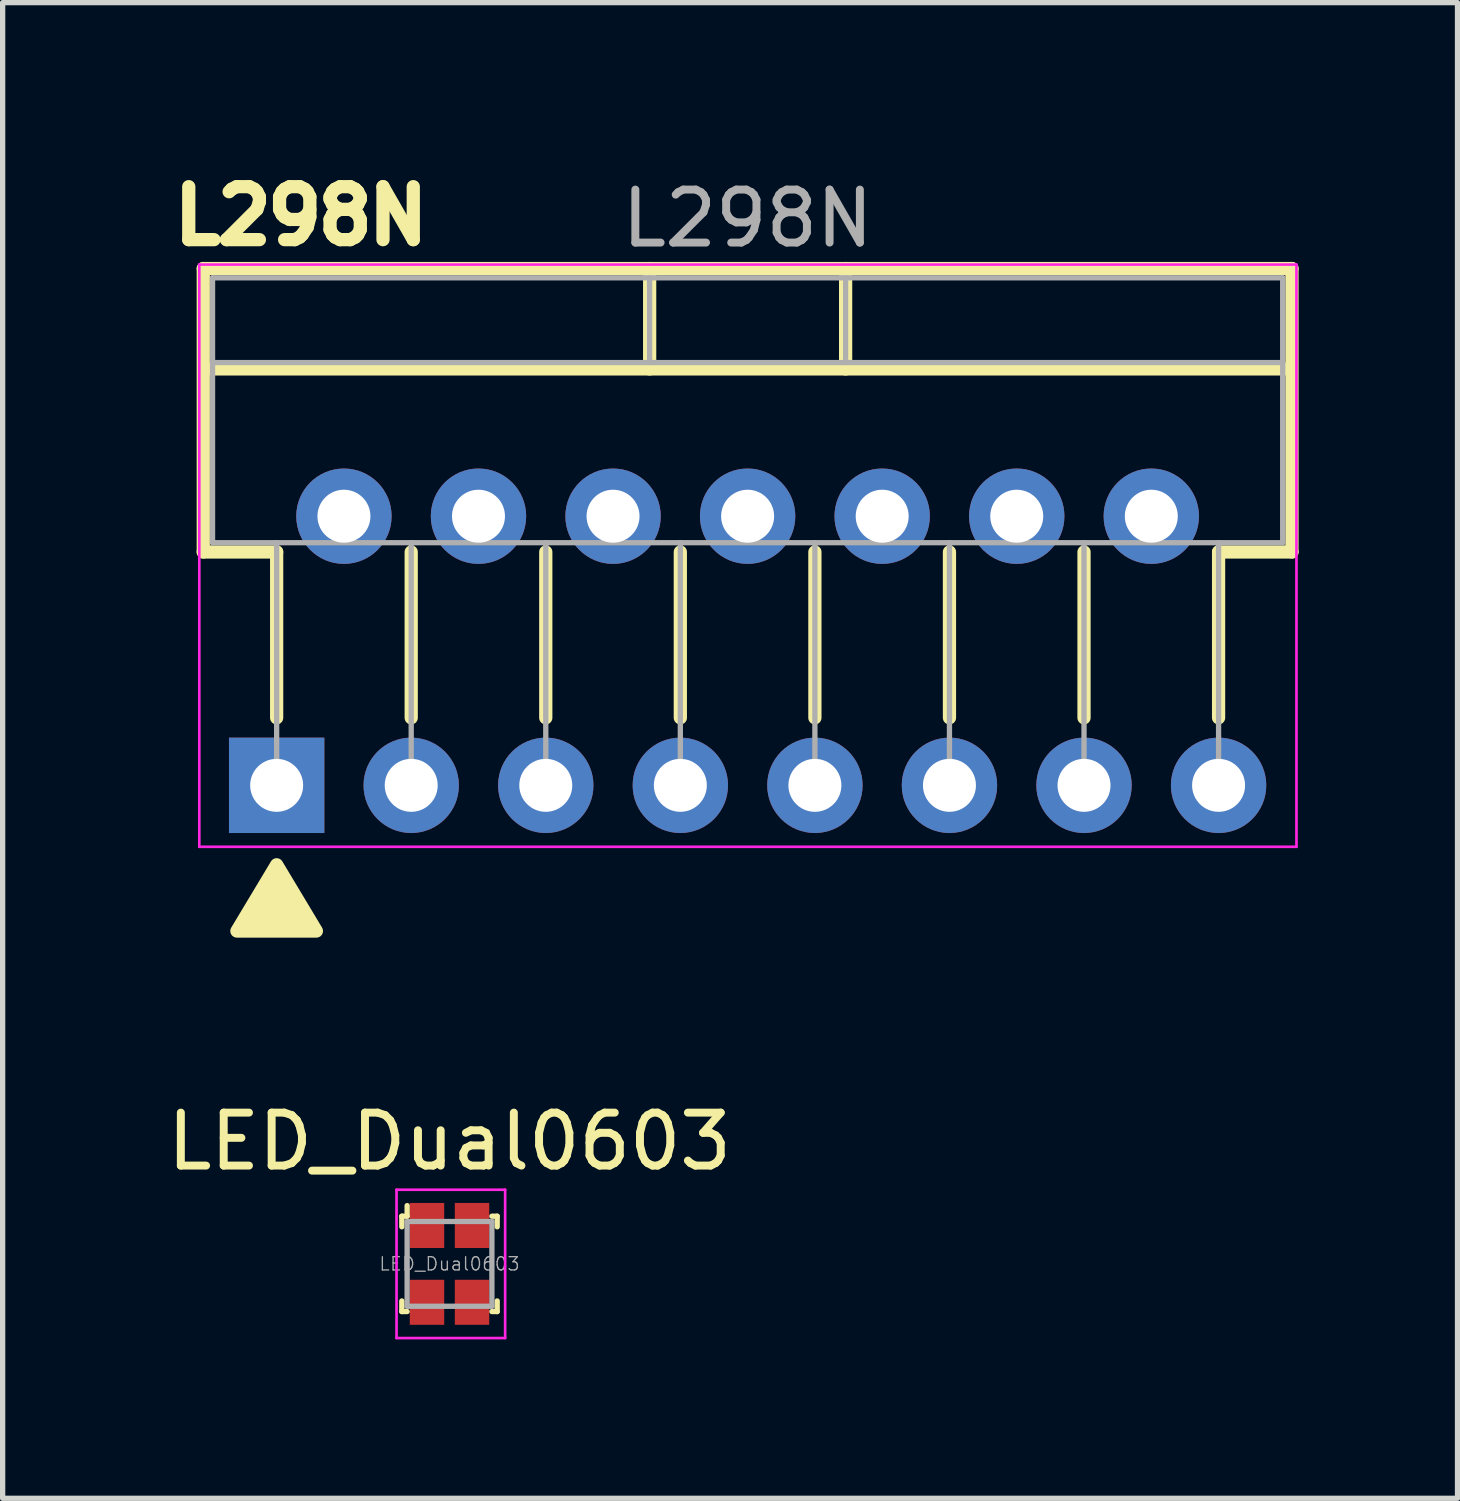
<source format=kicad_pcb>
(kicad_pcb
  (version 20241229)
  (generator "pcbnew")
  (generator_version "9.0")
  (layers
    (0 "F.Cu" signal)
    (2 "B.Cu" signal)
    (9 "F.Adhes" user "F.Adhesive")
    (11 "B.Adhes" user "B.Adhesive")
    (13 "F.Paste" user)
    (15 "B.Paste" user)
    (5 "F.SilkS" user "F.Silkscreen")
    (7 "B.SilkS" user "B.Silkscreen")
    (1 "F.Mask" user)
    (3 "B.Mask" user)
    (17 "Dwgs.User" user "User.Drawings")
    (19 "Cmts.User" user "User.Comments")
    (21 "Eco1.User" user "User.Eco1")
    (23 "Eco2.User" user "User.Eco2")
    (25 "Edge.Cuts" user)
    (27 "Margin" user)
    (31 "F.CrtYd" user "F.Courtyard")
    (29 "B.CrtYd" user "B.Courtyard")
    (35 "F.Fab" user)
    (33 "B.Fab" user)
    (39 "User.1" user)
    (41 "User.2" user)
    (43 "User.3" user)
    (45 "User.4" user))
  (footprint "LED_Dual0603"
    (layer "F.Cu")
    (at 5.435 20.807)
    (property "Reference" "LED_Dual0603" (at 0 -2.31 0) (layer "F.SilkS") (effects (font (size 1 1) (thickness 0.15))))
    (attr through_hole)
    (fp_line (start -0.9 -0.9) (end -0.9 -0.7) (stroke (width 0.1) (type solid)) (layer "F.SilkS"))
    (fp_line (start -0.9 0.9) (end -0.9 0.7) (stroke (width 0.1) (type solid)) (layer "F.SilkS"))
    (fp_line (start -0.8 -0.9) (end -0.9 -0.9) (stroke (width 0.1) (type solid)) (layer "F.SilkS"))
    (fp_line (start -0.8 -0.9) (end -0.8 -1.1) (stroke (width 0.1) (type solid)) (layer "F.SilkS"))
    (fp_line (start -0.8 0.9) (end -0.9 0.9) (stroke (width 0.1) (type solid)) (layer "F.SilkS"))
    (fp_line (start 0.8 -0.9) (end 0.9 -0.9) (stroke (width 0.1) (type solid)) (layer "F.SilkS"))
    (fp_line (start 0.8 0.9) (end 0.9 0.9) (stroke (width 0.1) (type solid)) (layer "F.SilkS"))
    (fp_line (start 0.9 -0.9) (end 0.9 -0.7) (stroke (width 0.1) (type solid)) (layer "F.SilkS"))
    (fp_line (start 0.9 0.9) (end 0.9 0.7) (stroke (width 0.1) (type solid)) (layer "F.SilkS"))
    (fp_line (start -1 1.4) (end -1 -1.4) (stroke (width 0.05) (type solid)) (layer "F.CrtYd"))
    (fp_line (start 1.05 -1.4) (end -1 -1.4) (stroke (width 0.05) (type solid)) (layer "F.CrtYd"))
    (fp_line (start 1.05 1.4) (end -1 1.4) (stroke (width 0.05) (type solid)) (layer "F.CrtYd"))
    (fp_line (start 1.05 1.4) (end 1.05 -1.4) (stroke (width 0.05) (type solid)) (layer "F.CrtYd"))
    (fp_line (start -0.8 -0.8) (end -0.8 0.8) (stroke (width 0.1) (type solid)) (layer "F.Fab"))
    (fp_line (start -0.8 -0.8) (end 0.8 -0.8) (stroke (width 0.1) (type solid)) (layer "F.Fab"))
    (fp_line (start -0.8 0.8) (end 0.8 0.8) (stroke (width 0.1) (type solid)) (layer "F.Fab"))
    (fp_line (start 0.8 -0.8) (end 0.8 0.8) (stroke (width 0.1) (type solid)) (layer "F.Fab"))
    (fp_text user "${REFERENCE}" (at 0 0 0) (layer "F.Fab") (effects (font (size 0.25 0.25) (thickness 0.025))))
    (pad "1" smd rect (at -0.425 -0.725) (size 0.65 0.85) (layers "F.Cu" "F.Mask" "F.Paste"))
    (pad "2" smd rect (at 0.425 -0.725) (size 0.65 0.85) (layers "F.Cu" "F.Mask" "F.Paste"))
    (pad "3" smd rect (at 0.425 0.725) (size 0.65 0.85) (layers "F.Cu" "F.Mask" "F.Paste"))
    (pad "4" smd rect (at -0.425 0.725) (size 0.65 0.85) (layers "F.Cu" "F.Mask" "F.Paste")))
  (footprint "L298N"
    (layer "F.Cu")
    (at 2.172 11.774)
    (property "Reference" "L298N" (at 0.46 -10.75 0) (layer "F.SilkS") (effects (font (size 1 1) (thickness 0.25))))
    (attr through_hole)
    (fp_line (start -1.385 -9.755) (end -1.385 -4.405) (stroke (width 0.25) (type solid)) (layer "F.SilkS"))
    (fp_line (start -1.385 -9.755) (end 19.165 -9.755) (stroke (width 0.25) (type solid)) (layer "F.SilkS"))
    (fp_line (start -1.385 -4.405) (end 0 -4.405) (stroke (width 0.25) (type solid)) (layer "F.SilkS"))
    (fp_line (start -1.33 -7.86) (end 19.11 -7.86) (stroke (width 0.25) (type solid)) (layer "F.SilkS"))
    (fp_line (start 0 -4.405) (end 0 -1.275) (stroke (width 0.25) (type solid)) (layer "F.SilkS"))
    (fp_line (start 2.54 -4.405) (end 2.54 -1.275) (stroke (width 0.25) (type solid)) (layer "F.SilkS"))
    (fp_line (start 5.08 -4.405) (end 5.08 -1.275) (stroke (width 0.25) (type solid)) (layer "F.SilkS"))
    (fp_line (start 7.041 -9.755) (end 7.041 -7.86) (stroke (width 0.25) (type solid)) (layer "F.SilkS"))
    (fp_line (start 7.62 -4.405) (end 7.62 -1.275) (stroke (width 0.25) (type solid)) (layer "F.SilkS"))
    (fp_line (start 10.16 -4.405) (end 10.16 -1.275) (stroke (width 0.25) (type solid)) (layer "F.SilkS"))
    (fp_line (start 10.74 -9.755) (end 10.74 -7.86) (stroke (width 0.25) (type solid)) (layer "F.SilkS"))
    (fp_line (start 12.7 -4.405) (end 12.7 -1.275) (stroke (width 0.25) (type solid)) (layer "F.SilkS"))
    (fp_line (start 15.24 -4.405) (end 15.24 -1.275) (stroke (width 0.25) (type solid)) (layer "F.SilkS"))
    (fp_line (start 17.78 -4.405) (end 17.78 -1.275) (stroke (width 0.25) (type solid)) (layer "F.SilkS"))
    (fp_line (start 17.78 -4.405) (end 19.165 -4.405) (stroke (width 0.25) (type solid)) (layer "F.SilkS"))
    (fp_line (start 19.165 -9.755) (end 19.165 -4.405) (stroke (width 0.25) (type solid)) (layer "F.SilkS"))
    (fp_poly (pts (xy 0 1.5) (xy -0.75 2.75) (xy 0.75 2.75)) (stroke (width 0.25) (type solid)) (fill yes) (layer "F.SilkS"))
    (fp_line (start -1.46 -9.83) (end -1.46 1.16) (stroke (width 0.05) (type solid)) (layer "F.CrtYd"))
    (fp_line (start -1.46 1.16) (end 19.25 1.16) (stroke (width 0.05) (type solid)) (layer "F.CrtYd"))
    (fp_line (start 19.25 -9.83) (end -1.46 -9.83) (stroke (width 0.05) (type solid)) (layer "F.CrtYd"))
    (fp_line (start 19.25 1.16) (end 19.25 -9.83) (stroke (width 0.05) (type solid)) (layer "F.CrtYd"))
    (fp_line (start -1.21 -9.58) (end -1.21 -4.58) (stroke (width 0.1) (type solid)) (layer "F.Fab"))
    (fp_line (start -1.21 -7.98) (end 18.99 -7.98) (stroke (width 0.1) (type solid)) (layer "F.Fab"))
    (fp_line (start -1.21 -4.58) (end 18.99 -4.58) (stroke (width 0.1) (type solid)) (layer "F.Fab"))
    (fp_line (start 0 -4.58) (end 0 0) (stroke (width 0.1) (type solid)) (layer "F.Fab"))
    (fp_line (start 2.54 -4.58) (end 2.54 0) (stroke (width 0.1) (type solid)) (layer "F.Fab"))
    (fp_line (start 5.08 -4.58) (end 5.08 0) (stroke (width 0.1) (type solid)) (layer "F.Fab"))
    (fp_line (start 7.04 -9.58) (end 7.04 -7.98) (stroke (width 0.1) (type solid)) (layer "F.Fab"))
    (fp_line (start 7.62 -4.58) (end 7.62 0) (stroke (width 0.1) (type solid)) (layer "F.Fab"))
    (fp_line (start 10.16 -4.58) (end 10.16 0) (stroke (width 0.1) (type solid)) (layer "F.Fab"))
    (fp_line (start 10.74 -9.58) (end 10.74 -7.98) (stroke (width 0.1) (type solid)) (layer "F.Fab"))
    (fp_line (start 12.7 -4.58) (end 12.7 0) (stroke (width 0.1) (type solid)) (layer "F.Fab"))
    (fp_line (start 15.24 -4.58) (end 15.24 0) (stroke (width 0.1) (type solid)) (layer "F.Fab"))
    (fp_line (start 17.78 -4.58) (end 17.78 0) (stroke (width 0.1) (type solid)) (layer "F.Fab"))
    (fp_line (start 18.99 -9.58) (end -1.21 -9.58) (stroke (width 0.1) (type solid)) (layer "F.Fab"))
    (fp_line (start 18.99 -4.58) (end 18.99 -9.58) (stroke (width 0.1) (type solid)) (layer "F.Fab"))
    (fp_text user "${REFERENCE}" (at 8.89 -10.7 0) (layer "F.Fab") (effects (font (size 1 1) (thickness 0.15))))
    (pad "1" thru_hole rect (at 0 0) (size 1.8 1.8) (drill 1) (layers "*.Cu" "*.Mask"))
    (pad "2" thru_hole oval (at 1.27 -5.08) (size 1.8 1.8) (drill 1) (layers "*.Cu" "*.Mask"))
    (pad "3" thru_hole oval (at 2.54 0) (size 1.8 1.8) (drill 1) (layers "*.Cu" "*.Mask"))
    (pad "4" thru_hole oval (at 3.81 -5.08) (size 1.8 1.8) (drill 1) (layers "*.Cu" "*.Mask"))
    (pad "5" thru_hole oval (at 5.08 0) (size 1.8 1.8) (drill 1) (layers "*.Cu" "*.Mask"))
    (pad "6" thru_hole oval (at 6.35 -5.08) (size 1.8 1.8) (drill 1) (layers "*.Cu" "*.Mask"))
    (pad "7" thru_hole oval (at 7.62 0) (size 1.8 1.8) (drill 1) (layers "*.Cu" "*.Mask"))
    (pad "8" thru_hole oval (at 8.89 -5.08) (size 1.8 1.8) (drill 1) (layers "*.Cu" "*.Mask"))
    (pad "9" thru_hole oval (at 10.16 0) (size 1.8 1.8) (drill 1) (layers "*.Cu" "*.Mask"))
    (pad "10" thru_hole oval (at 11.43 -5.08) (size 1.8 1.8) (drill 1) (layers "*.Cu" "*.Mask"))
    (pad "11" thru_hole oval (at 12.7 0) (size 1.8 1.8) (drill 1) (layers "*.Cu" "*.Mask"))
    (pad "12" thru_hole oval (at 13.97 -5.08) (size 1.8 1.8) (drill 1) (layers "*.Cu" "*.Mask"))
    (pad "13" thru_hole oval (at 15.24 0) (size 1.8 1.8) (drill 1) (layers "*.Cu" "*.Mask"))
    (pad "14" thru_hole oval (at 16.51 -5.08) (size 1.8 1.8) (drill 1) (layers "*.Cu" "*.Mask"))
    (pad "15" thru_hole oval (at 17.78 0) (size 1.8 1.8) (drill 1) (layers "*.Cu" "*.Mask")))
  (gr_rect
    (start -3 -3)
    (end 24.462 25.232)
    (stroke (width 0.1) (type default))
    (fill no)
    (layer "Edge.Cuts")))
</source>
